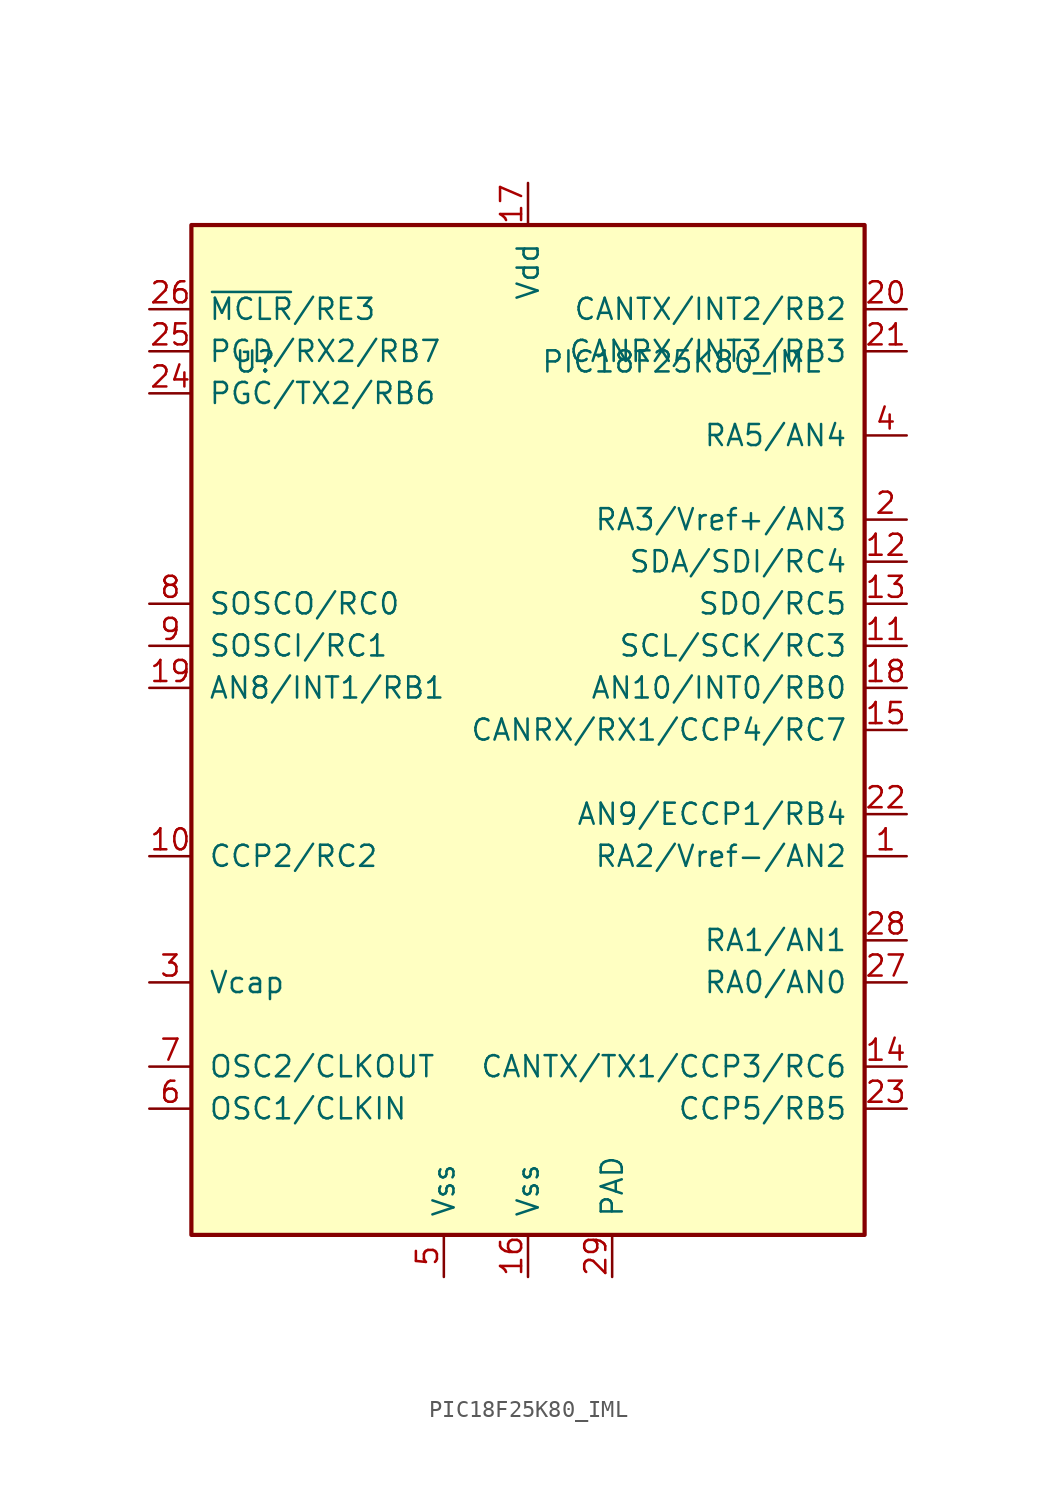
<source format=kicad_sym>
(kicad_symbol_lib
  (version 20211014)
  (generator kicad_symbol_editor)
  (symbol "PIC18F25K80_IML"
    (pin_names
      (offset 1.016))
    (property "Reference" "U"
      (at -17.78 24.13 0)
      (effects (font (size 1.27 1.27)) (justify left)))
    (property "Value" "PIC18F25K80_IML"
      (at 17.78 24.13 0)
      (effects (font (size 1.27 1.27)) (justify right)))
    (symbol "PIC18F25K80_IML_0_1"
      (rectangle (start -20.32 32.385) (end 20.32 -28.575) (stroke (width 0.254) (type default) (color 0 0 0 0)) (fill (type background))))
    (symbol "PIC18F25K80_IML_1_1"
      (pin bidirectional line (at 22.86 -5.715 180) (length 2.54) (name "RA2/Vref-/AN2" (effects (font (size 1.27 1.27)))) (number "1" (effects (font (size 1.27 1.27)))))
      (pin bidirectional line (at -22.86 -5.715 0) (length 2.54) (name "CCP2/RC2" (effects (font (size 1.27 1.27)))) (number "10" (effects (font (size 1.27 1.27)))))
      (pin bidirectional line (at 22.86 6.985 180) (length 2.54) (name "SCL/SCK/RC3" (effects (font (size 1.27 1.27)))) (number "11" (effects (font (size 1.27 1.27)))))
      (pin bidirectional line (at 22.86 12.065 180) (length 2.54) (name "SDA/SDI/RC4" (effects (font (size 1.27 1.27)))) (number "12" (effects (font (size 1.27 1.27)))))
      (pin bidirectional line (at 22.86 9.525 180) (length 2.54) (name "SDO/RC5" (effects (font (size 1.27 1.27)))) (number "13" (effects (font (size 1.27 1.27)))))
      (pin bidirectional line (at 22.86 -18.415 180) (length 2.54) (name "CANTX/TX1/CCP3/RC6" (effects (font (size 1.27 1.27)))) (number "14" (effects (font (size 1.27 1.27)))))
      (pin bidirectional line (at 22.86 1.905 180) (length 2.54) (name "CANRX/RX1/CCP4/RC7" (effects (font (size 1.27 1.27)))) (number "15" (effects (font (size 1.27 1.27)))))
      (pin power_in line (at 0 -31.115 90) (length 2.54) (name "Vss" (effects (font (size 1.27 1.27)))) (number "16" (effects (font (size 1.27 1.27)))))
      (pin power_in line (at 0 34.925 270) (length 2.54) (name "Vdd" (effects (font (size 1.27 1.27)))) (number "17" (effects (font (size 1.27 1.27)))))
      (pin bidirectional line (at 22.86 4.445 180) (length 2.54) (name "AN10/INT0/RB0" (effects (font (size 1.27 1.27)))) (number "18" (effects (font (size 1.27 1.27)))))
      (pin bidirectional line (at -22.86 4.445 0) (length 2.54) (name "AN8/INT1/RB1" (effects (font (size 1.27 1.27)))) (number "19" (effects (font (size 1.27 1.27)))))
      (pin bidirectional line (at 22.86 14.605 180) (length 2.54) (name "RA3/Vref+/AN3" (effects (font (size 1.27 1.27)))) (number "2" (effects (font (size 1.27 1.27)))))
      (pin bidirectional line (at 22.86 27.305 180) (length 2.54) (name "CANTX/INT2/RB2" (effects (font (size 1.27 1.27)))) (number "20" (effects (font (size 1.27 1.27)))))
      (pin bidirectional line (at 22.86 24.765 180) (length 2.54) (name "CANRX/INT3/RB3" (effects (font (size 1.27 1.27)))) (number "21" (effects (font (size 1.27 1.27)))))
      (pin bidirectional line (at 22.86 -3.175 180) (length 2.54) (name "AN9/ECCP1/RB4" (effects (font (size 1.27 1.27)))) (number "22" (effects (font (size 1.27 1.27)))))
      (pin bidirectional line (at 22.86 -20.955 180) (length 2.54) (name "CCP5/RB5" (effects (font (size 1.27 1.27)))) (number "23" (effects (font (size 1.27 1.27)))))
      (pin bidirectional line (at -22.86 22.225 0) (length 2.54) (name "PGC/TX2/RB6" (effects (font (size 1.27 1.27)))) (number "24" (effects (font (size 1.27 1.27)))))
      (pin bidirectional line (at -22.86 24.765 0) (length 2.54) (name "PGD/RX2/RB7" (effects (font (size 1.27 1.27)))) (number "25" (effects (font (size 1.27 1.27)))))
      (pin bidirectional line (at -22.86 27.305 0) (length 2.54) (name "~{MCLR}/RE3" (effects (font (size 1.27 1.27)))) (number "26" (effects (font (size 1.27 1.27)))))
      (pin bidirectional line (at 22.86 -13.335 180) (length 2.54) (name "RA0/AN0" (effects (font (size 1.27 1.27)))) (number "27" (effects (font (size 1.27 1.27)))))
      (pin bidirectional line (at 22.86 -10.795 180) (length 2.54) (name "RA1/AN1" (effects (font (size 1.27 1.27)))) (number "28" (effects (font (size 1.27 1.27)))))
      (pin power_in line (at 5.08 -31.115 90) (length 2.54) (name "PAD" (effects (font (size 1.27 1.27)))) (number "29" (effects (font (size 1.27 1.27)))))
      (pin power_in line (at -22.86 -13.335 0) (length 2.54) (name "Vcap" (effects (font (size 1.27 1.27)))) (number "3" (effects (font (size 1.27 1.27)))))
      (pin bidirectional line (at 22.86 19.685 180) (length 2.54) (name "RA5/AN4" (effects (font (size 1.27 1.27)))) (number "4" (effects (font (size 1.27 1.27)))))
      (pin power_in line (at -5.08 -31.115 90) (length 2.54) (name "Vss" (effects (font (size 1.27 1.27)))) (number "5" (effects (font (size 1.27 1.27)))))
      (pin input line (at -22.86 -20.955 0) (length 2.54) (name "OSC1/CLKIN" (effects (font (size 1.27 1.27)))) (number "6" (effects (font (size 1.27 1.27)))))
      (pin input line (at -22.86 -18.415 0) (length 2.54) (name "OSC2/CLKOUT" (effects (font (size 1.27 1.27)))) (number "7" (effects (font (size 1.27 1.27)))))
      (pin bidirectional line (at -22.86 9.525 0) (length 2.54) (name "SOSCO/RC0" (effects (font (size 1.27 1.27)))) (number "8" (effects (font (size 1.27 1.27)))))
      (pin bidirectional line (at -22.86 6.985 0) (length 2.54) (name "SOSCI/RC1" (effects (font (size 1.27 1.27)))) (number "9" (effects (font (size 1.27 1.27))))))))
</source>
